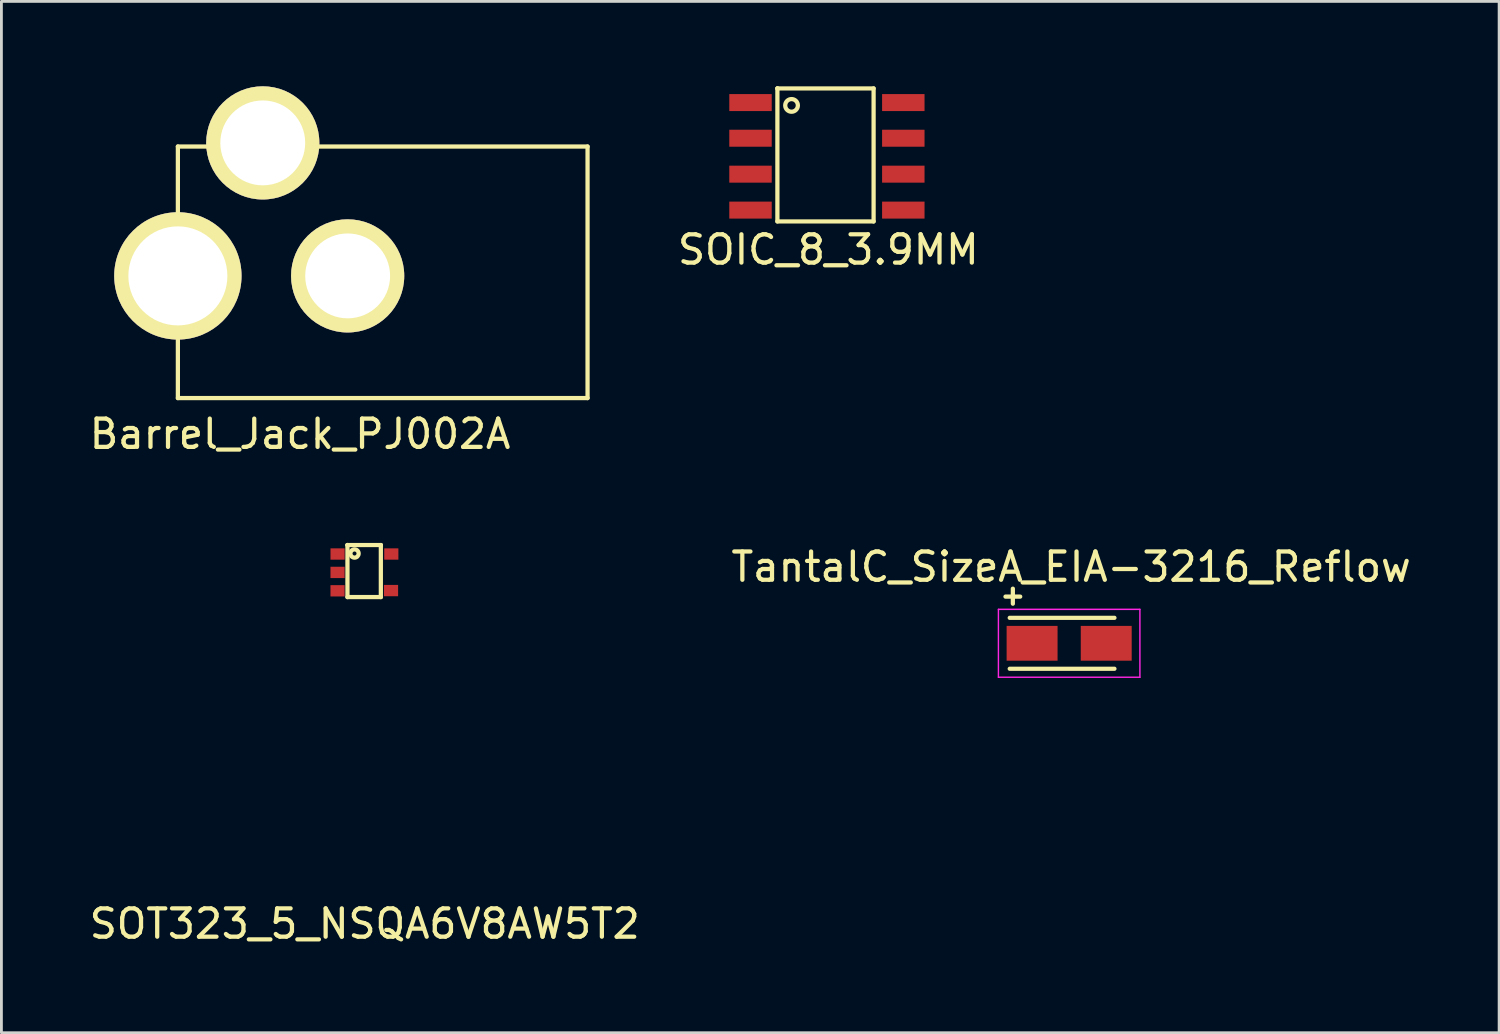
<source format=kicad_pcb>
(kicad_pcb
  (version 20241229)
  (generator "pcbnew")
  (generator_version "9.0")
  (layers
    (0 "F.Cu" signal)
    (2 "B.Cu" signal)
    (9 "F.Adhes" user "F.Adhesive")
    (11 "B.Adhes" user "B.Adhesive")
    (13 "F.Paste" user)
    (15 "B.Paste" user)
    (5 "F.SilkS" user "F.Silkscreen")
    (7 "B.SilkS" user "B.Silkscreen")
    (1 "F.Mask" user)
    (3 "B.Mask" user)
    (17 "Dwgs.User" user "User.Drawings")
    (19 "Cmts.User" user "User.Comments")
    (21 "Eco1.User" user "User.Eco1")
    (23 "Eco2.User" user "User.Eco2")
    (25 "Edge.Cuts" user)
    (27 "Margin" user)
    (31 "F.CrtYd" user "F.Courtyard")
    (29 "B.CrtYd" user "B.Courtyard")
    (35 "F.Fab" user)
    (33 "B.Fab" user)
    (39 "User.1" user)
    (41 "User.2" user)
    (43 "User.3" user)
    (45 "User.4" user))
  (footprint "Barrel_Jack_PJ002A"
    (layer "F.Cu")
    (at 10.602 6.7)
    (property "Reference" "Barrel_Jack_PJ002A" (at -3.048 5.588 0) (layer "F.SilkS") (effects (font (size 1 1) (thickness 0.15))))
    (attr through_hole)
    (fp_line (start -7.366 4.318) (end -7.366 -4.572) (stroke (width 0.15) (type solid)) (layer "F.SilkS"))
    (fp_line (start -7.366 4.318) (end 7.112 4.318) (stroke (width 0.15) (type solid)) (layer "F.SilkS"))
    (fp_line (start 7.112 -4.572) (end -7.366 -4.572) (stroke (width 0.15) (type solid)) (layer "F.SilkS"))
    (fp_line (start 7.112 4.318) (end 7.112 -4.572) (stroke (width 0.15) (type solid)) (layer "F.SilkS"))
    (pad "1" thru_hole circle (at -7.366 0) (size 4.5 4.5) (drill 3.5) (layers "*.Cu" "*.Mask" "F.SilkS"))
    (pad "2" thru_hole circle (at -1.366 0) (size 4 4) (drill 3) (layers "*.Cu" "*.Mask" "F.SilkS"))
    (pad "3" thru_hole circle (at -4.366 -4.7) (size 4 4) (drill 3) (layers "*.Cu" "*.Mask" "F.SilkS")))
  (footprint "TantalC_SizeA_EIA-3216_Reflow"
    (layer "F.Cu")
    (at 34.734 19.684)
    (property "Reference" "TantalC_SizeA_EIA-3216_Reflow" (at 0.07 -2.7 0) (layer "F.SilkS") (effects (font (size 1 1) (thickness 0.15))))
    (attr smd)
    (fp_line (start -2.25 -1.65) (end -1.73 -1.65) (stroke (width 0.15) (type solid)) (layer "F.SilkS"))
    (fp_line (start -1.99 -1.93) (end -1.99 -1.4) (stroke (width 0.15) (type solid)) (layer "F.SilkS"))
    (fp_line (start 1.6 -0.9) (end -2.1 -0.9) (stroke (width 0.15) (type solid)) (layer "F.SilkS"))
    (fp_line (start 1.6 0.9) (end -2.1 0.9) (stroke (width 0.15) (type solid)) (layer "F.SilkS"))
    (fp_line (start -2.5 -1.2) (end -2.5 1.2) (stroke (width 0.05) (type solid)) (layer "F.CrtYd"))
    (fp_line (start -2.5 1.2) (end 2.5 1.2) (stroke (width 0.05) (type solid)) (layer "F.CrtYd"))
    (fp_line (start 2.5 -1.2) (end -2.5 -1.2) (stroke (width 0.05) (type solid)) (layer "F.CrtYd"))
    (fp_line (start 2.5 1.2) (end 2.5 -1.2) (stroke (width 0.05) (type solid)) (layer "F.CrtYd"))
    (pad "1" smd rect (at -1.31 0) (size 1.8 1.23) (layers "F.Cu" "F.Mask" "F.Paste"))
    (pad "2" smd rect (at 1.31 0) (size 1.8 1.23) (layers "F.Cu" "F.Mask" "F.Paste")))
  (footprint "SOIC_8_3.9MM"
    (layer "F.Cu")
    (at 26.123 2.475)
    (property "Reference" "SOIC_8_3.9MM" (at 0.1 3.3 0) (layer "F.SilkS") (effects (font (size 1 1) (thickness 0.15))))
    (attr through_hole)
    (fp_line (start -1.7 -2.4) (end -1.7 -2.4) (stroke (width 0.15) (type solid)) (layer "F.SilkS"))
    (fp_line (start -1.7 -2.4) (end 1.7 -2.4) (stroke (width 0.15) (type solid)) (layer "F.SilkS"))
    (fp_line (start -1.7 2.3) (end -1.7 -2.4) (stroke (width 0.15) (type solid)) (layer "F.SilkS"))
    (fp_line (start 1.7 -2.4) (end 1.7 2.3) (stroke (width 0.15) (type solid)) (layer "F.SilkS"))
    (fp_line (start 1.7 2.3) (end -1.7 2.3) (stroke (width 0.15) (type solid)) (layer "F.SilkS"))
    (fp_circle (center -1.2 -1.8) (end -1 -1.7) (stroke (width 0.15) (type solid)) (fill no) (layer "F.SilkS"))
    (pad "1" smd rect (at -2.65 -1.9) (size 1.5 0.6) (layers "F.Cu" "F.Mask" "F.Paste"))
    (pad "2" smd rect (at -2.65 -0.64) (size 1.5 0.6) (layers "F.Cu" "F.Mask" "F.Paste"))
    (pad "3" smd rect (at -2.65 0.63) (size 1.5 0.6) (layers "F.Cu" "F.Mask" "F.Paste"))
    (pad "4" smd rect (at -2.65 1.9) (size 1.5 0.6) (layers "F.Cu" "F.Mask" "F.Paste"))
    (pad "5" smd rect (at 2.75 1.9) (size 1.5 0.6) (layers "F.Cu" "F.Mask" "F.Paste"))
    (pad "6" smd rect (at 2.75 0.63) (size 1.5 0.6) (layers "F.Cu" "F.Mask" "F.Paste"))
    (pad "7" smd rect (at 2.75 -0.64) (size 1.5 0.6) (layers "F.Cu" "F.Mask" "F.Paste"))
    (pad "8" smd rect (at 2.75 -1.9) (size 1.5 0.6) (layers "F.Cu" "F.Mask" "F.Paste")))
  (footprint "SOT323_5_NSQA6V8AW5T2"
    (layer "F.Cu")
    (at 9.839 17.151)
    (property "Reference" "SOT323_5_NSQA6V8AW5T2" (at 0 12.446 0) (layer "F.SilkS") (effects (font (size 1 1) (thickness 0.15))))
    (attr through_hole)
    (fp_line (start -0.61 -0.94) (end -0.61 -0.94) (stroke (width 0.15) (type solid)) (layer "F.SilkS"))
    (fp_line (start -0.61 -0.94) (end 0.57 -0.94) (stroke (width 0.15) (type solid)) (layer "F.SilkS"))
    (fp_line (start -0.61 0.9) (end -0.61 -0.94) (stroke (width 0.15) (type solid)) (layer "F.SilkS"))
    (fp_line (start 0.57 -0.94) (end 0.57 -0.94) (stroke (width 0.15) (type solid)) (layer "F.SilkS"))
    (fp_line (start 0.57 -0.93) (end 0.57 0.9) (stroke (width 0.15) (type solid)) (layer "F.SilkS"))
    (fp_line (start 0.57 0.9) (end -0.61 0.9) (stroke (width 0.15) (type solid)) (layer "F.SilkS"))
    (fp_circle (center -0.36 -0.64) (end -0.31 -0.59) (stroke (width 0.15) (type solid)) (fill no) (layer "F.SilkS"))
    (pad "1" smd rect (at -0.959 -0.622) (size 0.5 0.4) (layers "F.Cu" "F.Mask" "F.Paste"))
    (pad "2" smd rect (at -0.96 0.028) (size 0.5 0.4) (layers "F.Cu" "F.Mask" "F.Paste"))
    (pad "3" smd rect (at -0.96 0.678) (size 0.5 0.4) (layers "F.Cu" "F.Mask" "F.Paste"))
    (pad "4" smd rect (at 0.93 0.67) (size 0.5 0.4) (layers "F.Cu" "F.Mask" "F.Paste"))
    (pad "5" smd rect (at 0.94 -0.622) (size 0.5 0.4) (layers "F.Cu" "F.Mask" "F.Paste")))
  (gr_rect
    (start -3 -3)
    (end 49.929 33.446)
    (stroke (width 0.1) (type default))
    (fill no)
    (layer "Edge.Cuts")))
</source>
